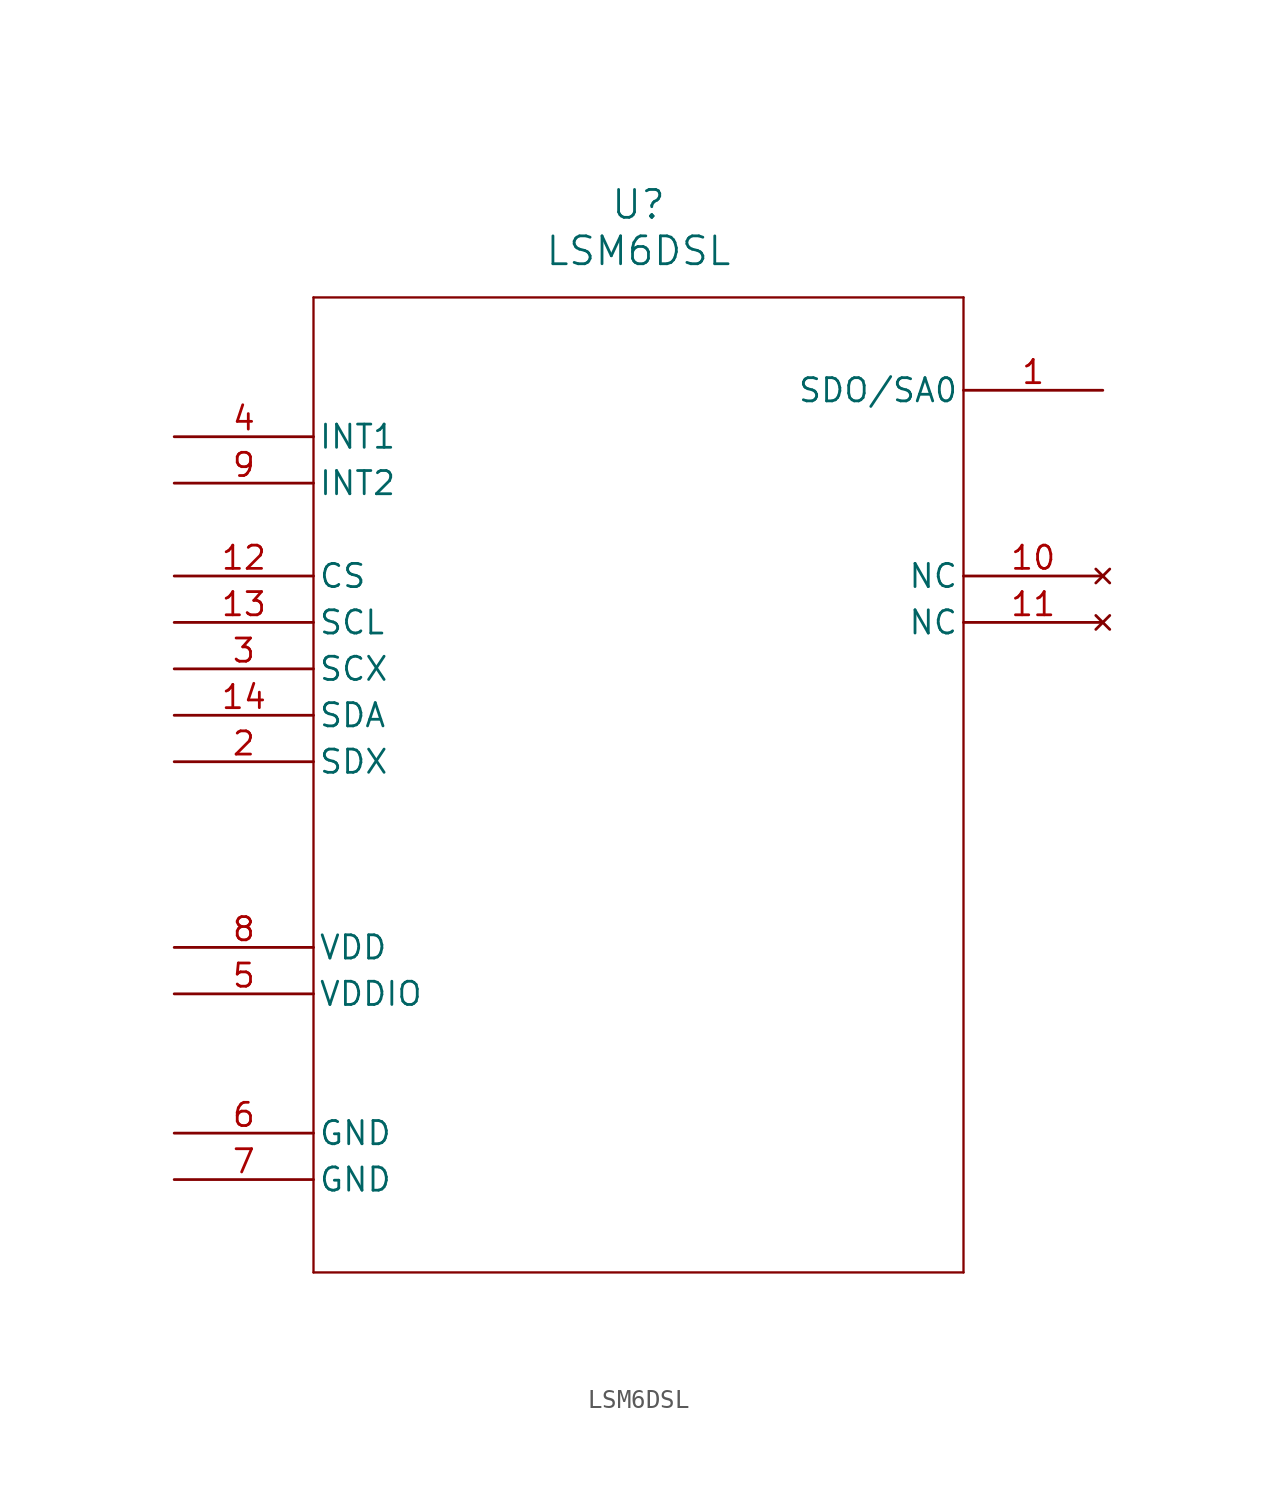
<source format=kicad_sym>
(kicad_symbol_lib
  (version 20211014)
  (generator kicad_symbol_editor)
  (symbol "LSM6DSL"
    (pin_names
      (offset 0.254))
    (property "Reference" "U"
      (at 25.4 12.7 0)
      (effects (font (size 1.524 1.524))))
    (property "Value" "LSM6DSL"
      (at 25.4 10.16 0)
      (effects (font (size 1.524 1.524))))
    (symbol "LSM6DSL_0_1"
      (polyline (pts (xy 7.62 7.62) (xy 7.62 -45.72)) (stroke (width 0.127) (type default) (color 0 0 0 0)) (fill (type none)))
      (polyline (pts (xy 7.62 -45.72) (xy 43.18 -45.72)) (stroke (width 0.127) (type default) (color 0 0 0 0)) (fill (type none)))
      (polyline (pts (xy 43.18 -45.72) (xy 43.18 7.62)) (stroke (width 0.127) (type default) (color 0 0 0 0)) (fill (type none)))
      (polyline (pts (xy 43.18 7.62) (xy 7.62 7.62)) (stroke (width 0.127) (type default) (color 0 0 0 0)) (fill (type none)))
      (pin output line (at 50.8 2.54 180) (length 7.62) (name "SDO/SA0" (effects (font (size 1.27 1.27)))) (number "1" (effects (font (size 1.27 1.27)))))
      (pin unspecified line (at 0 -17.78 0) (length 7.62) (name "SDX" (effects (font (size 1.27 1.27)))) (number "2" (effects (font (size 1.27 1.27)))))
      (pin unspecified line (at 0 -12.7 0) (length 7.62) (name "SCX" (effects (font (size 1.27 1.27)))) (number "3" (effects (font (size 1.27 1.27)))))
      (pin unspecified line (at 0 0 0) (length 7.62) (name "INT1" (effects (font (size 1.27 1.27)))) (number "4" (effects (font (size 1.27 1.27)))))
      (pin power_in line (at 0 -30.48 0) (length 7.62) (name "VDDIO" (effects (font (size 1.27 1.27)))) (number "5" (effects (font (size 1.27 1.27)))))
      (pin power_in line (at 0 -38.1 0) (length 7.62) (name "GND" (effects (font (size 1.27 1.27)))) (number "6" (effects (font (size 1.27 1.27)))))
      (pin power_in line (at 0 -40.64 0) (length 7.62) (name "GND" (effects (font (size 1.27 1.27)))) (number "7" (effects (font (size 1.27 1.27)))))
      (pin power_in line (at 0 -27.94 0) (length 7.62) (name "VDD" (effects (font (size 1.27 1.27)))) (number "8" (effects (font (size 1.27 1.27)))))
      (pin unspecified line (at 0 -2.54 0) (length 7.62) (name "INT2" (effects (font (size 1.27 1.27)))) (number "9" (effects (font (size 1.27 1.27)))))
      (pin no_connect line (at 50.8 -7.62 180) (length 7.62) (name "NC" (effects (font (size 1.27 1.27)))) (number "10" (effects (font (size 1.27 1.27)))))
      (pin no_connect line (at 50.8 -10.16 180) (length 7.62) (name "NC" (effects (font (size 1.27 1.27)))) (number "11" (effects (font (size 1.27 1.27)))))
      (pin unspecified line (at 0 -7.62 0) (length 7.62) (name "CS" (effects (font (size 1.27 1.27)))) (number "12" (effects (font (size 1.27 1.27)))))
      (pin unspecified line (at 0 -10.16 0) (length 7.62) (name "SCL" (effects (font (size 1.27 1.27)))) (number "13" (effects (font (size 1.27 1.27)))))
      (pin bidirectional line (at 0 -15.24 0) (length 7.62) (name "SDA" (effects (font (size 1.27 1.27)))) (number "14" (effects (font (size 1.27 1.27))))))))
</source>
